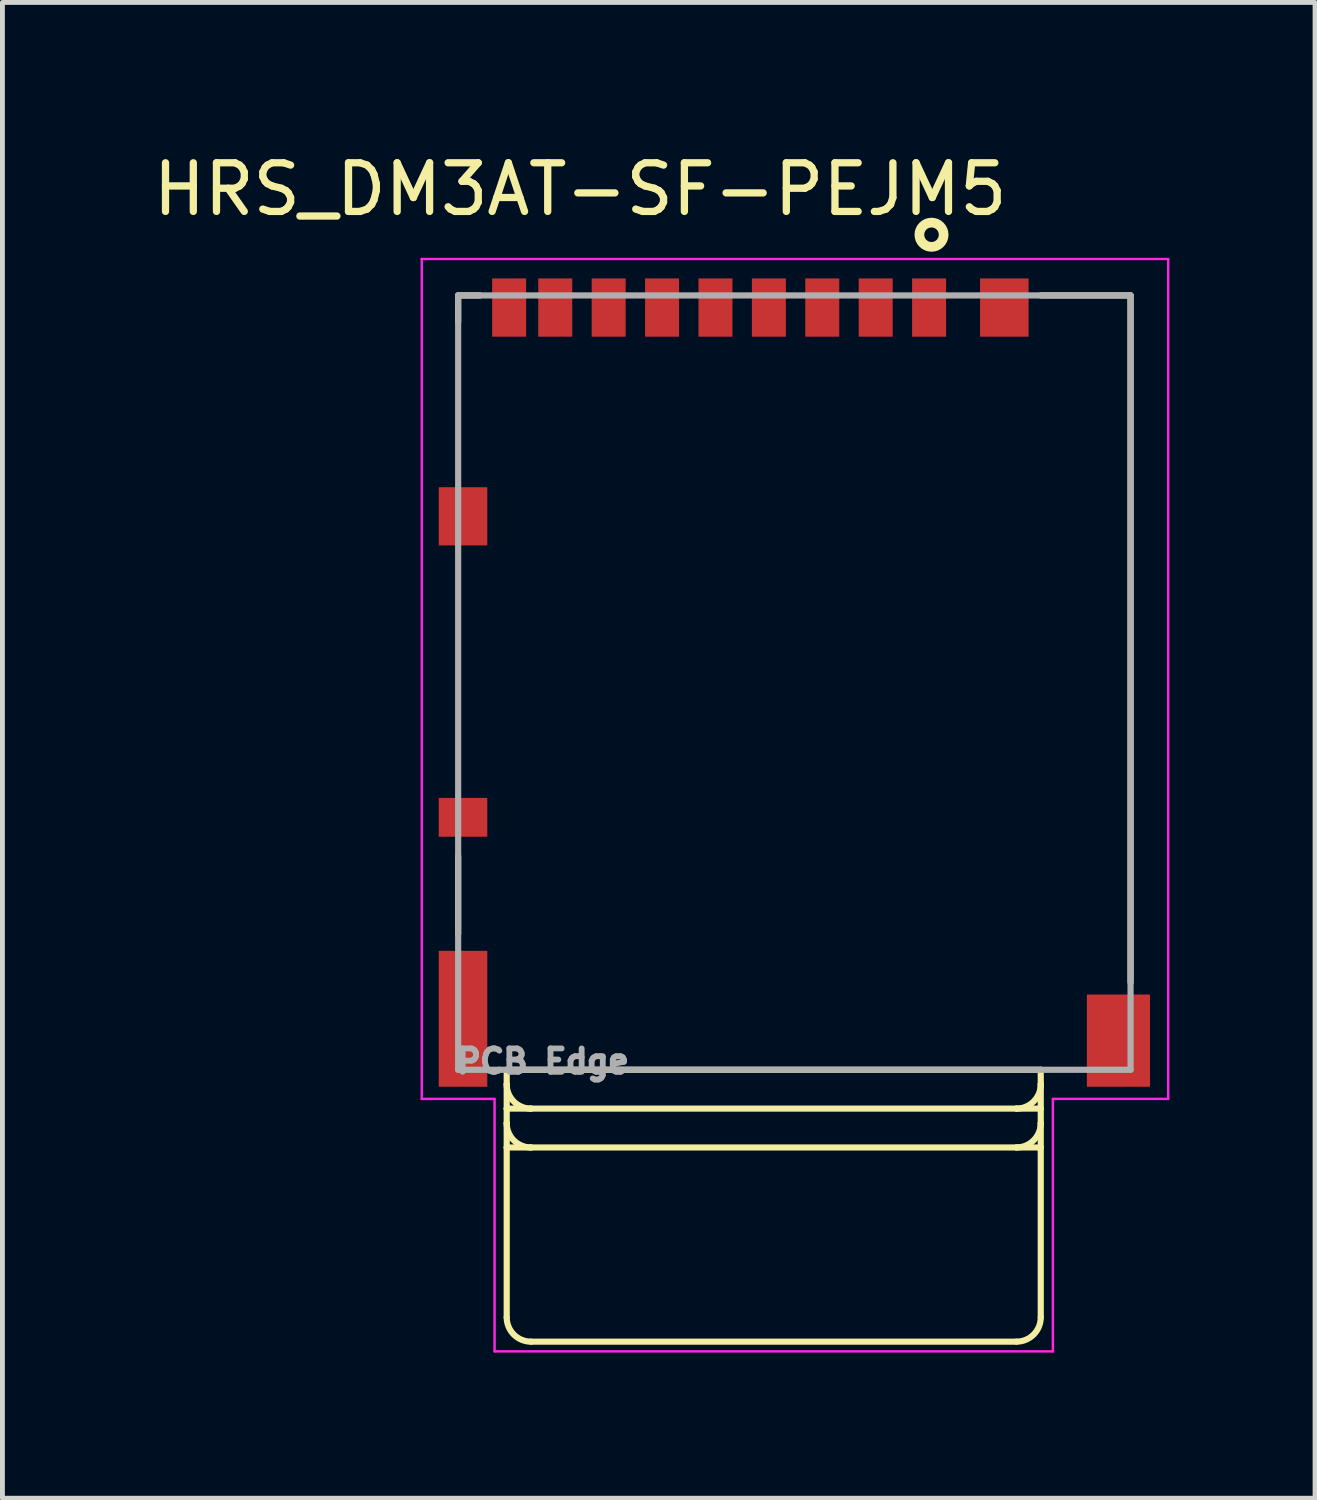
<source format=kicad_pcb>
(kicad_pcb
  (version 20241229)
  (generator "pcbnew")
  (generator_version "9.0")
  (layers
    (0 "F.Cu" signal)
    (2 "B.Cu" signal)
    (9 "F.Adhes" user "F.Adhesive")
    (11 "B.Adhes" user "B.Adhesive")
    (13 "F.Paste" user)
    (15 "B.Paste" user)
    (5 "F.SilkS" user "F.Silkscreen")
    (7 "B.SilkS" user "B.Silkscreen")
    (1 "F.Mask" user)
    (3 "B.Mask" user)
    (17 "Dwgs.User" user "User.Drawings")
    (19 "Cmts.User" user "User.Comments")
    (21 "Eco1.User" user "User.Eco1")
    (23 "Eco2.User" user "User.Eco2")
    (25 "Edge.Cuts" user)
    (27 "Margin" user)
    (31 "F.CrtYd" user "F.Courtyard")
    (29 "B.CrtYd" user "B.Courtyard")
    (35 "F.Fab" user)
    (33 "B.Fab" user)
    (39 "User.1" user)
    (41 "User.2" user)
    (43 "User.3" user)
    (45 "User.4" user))
  (footprint "HRS_DM3AT-SF-PEJM5"
    (layer "F.Cu")
    (at 12.887 3.285)
    (property "Reference" "HRS_DM3AT-SF-PEJM5" (at -3.987 -2.436 0) (layer "F.SilkS") (effects (font (size 1.002 1.002) (thickness 0.15))))
    (attr through_hole)
    (fp_line (start -6.5 -0.25) (end -6.5 0.3) (stroke (width 0.127) (type solid)) (layer "F.SilkS"))
    (fp_line (start -6.5 12.9) (end -6.5 11.3) (stroke (width 0.127) (type solid)) (layer "F.SilkS"))
    (fp_line (start -6.05 -0.25) (end -6.5 -0.25) (stroke (width 0.127) (type solid)) (layer "F.SilkS"))
    (fp_line (start -5.5 15.7) (end -5.5 16) (stroke (width 0.127) (type solid)) (layer "F.SilkS"))
    (fp_line (start -5.5 15.7) (end 5.5 15.7) (stroke (width 0.127) (type solid)) (layer "F.SilkS"))
    (fp_line (start -5.5 16.5) (end -5.5 16) (stroke (width 0.127) (type solid)) (layer "F.SilkS"))
    (fp_line (start -5.5 16.5) (end -5.5 16.8) (stroke (width 0.127) (type solid)) (layer "F.SilkS"))
    (fp_line (start -5.5 17.3) (end -5.5 16.8) (stroke (width 0.127) (type solid)) (layer "F.SilkS"))
    (fp_line (start -5.5 17.3) (end -5.5 20.8) (stroke (width 0.127) (type solid)) (layer "F.SilkS"))
    (fp_line (start -5 16.5) (end -5.5 16.5) (stroke (width 0.127) (type solid)) (layer "F.SilkS"))
    (fp_line (start -5 17.3) (end -5.5 17.3) (stroke (width 0.127) (type solid)) (layer "F.SilkS"))
    (fp_line (start 5 16.5) (end -5 16.5) (stroke (width 0.127) (type solid)) (layer "F.SilkS"))
    (fp_line (start 5 17.3) (end -5 17.3) (stroke (width 0.127) (type solid)) (layer "F.SilkS"))
    (fp_line (start 5 21.3) (end -5 21.3) (stroke (width 0.127) (type solid)) (layer "F.SilkS"))
    (fp_line (start 5.5 -0.25) (end 7.35 -0.25) (stroke (width 0.127) (type solid)) (layer "F.SilkS"))
    (fp_line (start 5.5 15.7) (end 5.5 16) (stroke (width 0.127) (type solid)) (layer "F.SilkS"))
    (fp_line (start 5.5 16) (end 5.5 16.5) (stroke (width 0.127) (type solid)) (layer "F.SilkS"))
    (fp_line (start 5.5 16.5) (end 5 16.5) (stroke (width 0.127) (type solid)) (layer "F.SilkS"))
    (fp_line (start 5.5 16.5) (end 5.5 16.8) (stroke (width 0.127) (type solid)) (layer "F.SilkS"))
    (fp_line (start 5.5 16.8) (end 5.5 17.3) (stroke (width 0.127) (type solid)) (layer "F.SilkS"))
    (fp_line (start 5.5 17.3) (end 5 17.3) (stroke (width 0.127) (type solid)) (layer "F.SilkS"))
    (fp_line (start 5.5 17.3) (end 5.5 20.8) (stroke (width 0.127) (type solid)) (layer "F.SilkS"))
    (fp_line (start 7.35 -0.25) (end 7.35 13.9) (stroke (width 0.127) (type solid)) (layer "F.SilkS"))
    (fp_arc (start -5 16.5) (mid -5.353553 16.353553) (end -5.5 16) (stroke (width 0.127) (type solid)) (layer "F.SilkS"))
    (fp_arc (start -5 17.3) (mid -5.353553 17.153553) (end -5.5 16.8) (stroke (width 0.127) (type solid)) (layer "F.SilkS"))
    (fp_arc (start -5 21.3) (mid -5.353553 21.153553) (end -5.5 20.8) (stroke (width 0.127) (type solid)) (layer "F.SilkS"))
    (fp_arc (start 5.5 16) (mid 5.353553 16.353553) (end 5 16.5) (stroke (width 0.127) (type solid)) (layer "F.SilkS"))
    (fp_arc (start 5.5 16.8) (mid 5.353553 17.153553) (end 5 17.3) (stroke (width 0.127) (type solid)) (layer "F.SilkS"))
    (fp_arc (start 5.5 20.8) (mid 5.353553 21.153553) (end 5 21.3) (stroke (width 0.127) (type solid)) (layer "F.SilkS"))
    (fp_circle (center 3.25 -1.5) (end 3.5 -1.5) (stroke (width 0.2) (type solid)) (fill no) (layer "F.SilkS"))
    (fp_line (start -7.25 -1) (end 8.125 -1) (stroke (width 0.05) (type solid)) (layer "F.CrtYd"))
    (fp_line (start -7.25 16.3) (end -7.25 -1) (stroke (width 0.05) (type solid)) (layer "F.CrtYd"))
    (fp_line (start -5.75 16.3) (end -7.25 16.3) (stroke (width 0.05) (type solid)) (layer "F.CrtYd"))
    (fp_line (start -5.75 21.5) (end -5.75 16.3) (stroke (width 0.05) (type solid)) (layer "F.CrtYd"))
    (fp_line (start 5.75 16.3) (end 5.75 21.5) (stroke (width 0.05) (type solid)) (layer "F.CrtYd"))
    (fp_line (start 5.75 21.5) (end -5.75 21.5) (stroke (width 0.05) (type solid)) (layer "F.CrtYd"))
    (fp_line (start 8.125 -1) (end 8.125 16.3) (stroke (width 0.05) (type solid)) (layer "F.CrtYd"))
    (fp_line (start 8.125 16.3) (end 5.75 16.3) (stroke (width 0.05) (type solid)) (layer "F.CrtYd"))
    (fp_line (start -6.5 -0.25) (end 7.35 -0.25) (stroke (width 0.127) (type solid)) (layer "F.Fab"))
    (fp_line (start -6.5 15.7) (end -6.5 -0.25) (stroke (width 0.127) (type solid)) (layer "F.Fab"))
    (fp_line (start 7.35 -0.25) (end 7.35 15.7) (stroke (width 0.127) (type solid)) (layer "F.Fab"))
    (fp_line (start 7.35 15.7) (end -6.5 15.7) (stroke (width 0.127) (type solid)) (layer "F.Fab"))
    (fp_text user "PCB Edge" (at -4.758 15.525 0) (layer "F.Fab") (effects (font (size 0.481 0.481) (thickness 0.15))))
    (pad "1" smd rect (at 3.2 0) (size 0.7 1.2) (layers "F.Cu" "F.Mask" "F.Paste"))
    (pad "2" smd rect (at 2.1 0) (size 0.7 1.2) (layers "F.Cu" "F.Mask" "F.Paste"))
    (pad "3" smd rect (at 1 0) (size 0.7 1.2) (layers "F.Cu" "F.Mask" "F.Paste"))
    (pad "4" smd rect (at -0.1 0) (size 0.7 1.2) (layers "F.Cu" "F.Mask" "F.Paste"))
    (pad "5" smd rect (at -1.2 0) (size 0.7 1.2) (layers "F.Cu" "F.Mask" "F.Paste"))
    (pad "6" smd rect (at -2.3 0) (size 0.7 1.2) (layers "F.Cu" "F.Mask" "F.Paste"))
    (pad "7" smd rect (at -3.4 0) (size 0.7 1.2) (layers "F.Cu" "F.Mask" "F.Paste"))
    (pad "8" smd rect (at -4.5 0) (size 0.7 1.2) (layers "F.Cu" "F.Mask" "F.Paste"))
    (pad "P1" smd rect (at -6.4 4.3) (size 1 1.2) (layers "F.Cu" "F.Mask" "F.Paste"))
    (pad "P2" smd rect (at -6.4 14.65) (size 1 2.8) (layers "F.Cu" "F.Mask" "F.Paste"))
    (pad "P3" smd rect (at 7.1 15.1) (size 1.3 1.9) (layers "F.Cu" "F.Mask" "F.Paste"))
    (pad "P4" smd rect (at 4.75 0) (size 1 1.2) (layers "F.Cu" "F.Mask" "F.Paste"))
    (pad "SWA" smd rect (at -6.4 10.5) (size 1 0.8) (layers "F.Cu" "F.Mask" "F.Paste"))
    (pad "SWB" smd rect (at -5.45 0) (size 0.7 1.2) (layers "F.Cu" "F.Mask" "F.Paste"))
    (zone (net_name "") (layer "F.Cu") (hatch full 0.508) (connect_pads) (min_thickness 0.01) (filled_areas_thickness no) (keepout (tracks not_allowed) (vias not_allowed) (pads not_allowed) (copperpour not_allowed) (footprints allowed)) (placement (enabled no)) (fill) (polygon (pts (xy 6.074 3.735) (xy 6.837 3.735) (xy 6.837 6.992) (xy 6.074 6.992))))
    (zone (net_name "") (layer "F.Cu") (hatch full 0.508) (connect_pads) (min_thickness 0.01) (filled_areas_thickness no) (keepout (tracks not_allowed) (vias not_allowed) (pads not_allowed) (copperpour not_allowed) (footprints allowed)) (placement (enabled no)) (fill) (polygon (pts (xy 6.083 8.185) (xy 6.837 8.185) (xy 6.837 11.79) (xy 6.083 11.79))))
    (zone (net_name "") (layer "F.Cu") (hatch full 0.508) (connect_pads) (min_thickness 0.01) (filled_areas_thickness no) (keepout (tracks not_allowed) (vias not_allowed) (pads not_allowed) (copperpour not_allowed) (footprints allowed)) (placement (enabled no)) (fill) (polygon (pts (xy 7.181 9.585) (xy 7.887 9.585) (xy 7.887 17.2) (xy 7.181 17.2))))
    (zone (net_name "") (layer "F.Cu") (hatch full 0.508) (connect_pads) (min_thickness 0.01) (filled_areas_thickness no) (keepout (tracks not_allowed) (vias not_allowed) (pads not_allowed) (copperpour not_allowed) (footprints allowed)) (placement (enabled no)) (fill) (polygon (pts (xy 7.884 8.285) (xy 16.587 8.285) (xy 16.587 9.889) (xy 7.884 9.889))))
    (zone (net_name "") (layer "F.Cu") (hatch full 0.508) (connect_pads) (min_thickness 0.01) (filled_areas_thickness no) (keepout (tracks not_allowed) (vias not_allowed) (pads not_allowed) (copperpour not_allowed) (footprints allowed)) (placement (enabled no)) (fill) (polygon (pts (xy 16.238 17.985) (xy 18.787 17.985) (xy 18.787 19.342) (xy 16.238 19.342)))))
  (gr_rect
    (start -3 -3)
    (end 24.037 27.81)
    (stroke (width 0.1) (type default))
    (fill no)
    (layer "Edge.Cuts")))
</source>
